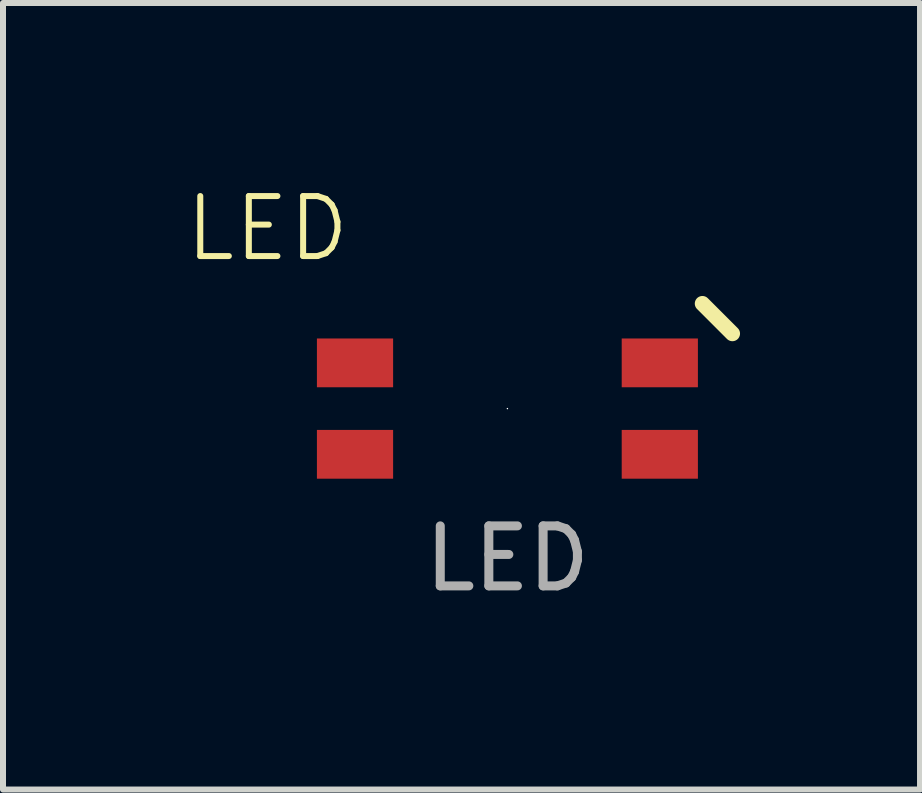
<source format=kicad_pcb>
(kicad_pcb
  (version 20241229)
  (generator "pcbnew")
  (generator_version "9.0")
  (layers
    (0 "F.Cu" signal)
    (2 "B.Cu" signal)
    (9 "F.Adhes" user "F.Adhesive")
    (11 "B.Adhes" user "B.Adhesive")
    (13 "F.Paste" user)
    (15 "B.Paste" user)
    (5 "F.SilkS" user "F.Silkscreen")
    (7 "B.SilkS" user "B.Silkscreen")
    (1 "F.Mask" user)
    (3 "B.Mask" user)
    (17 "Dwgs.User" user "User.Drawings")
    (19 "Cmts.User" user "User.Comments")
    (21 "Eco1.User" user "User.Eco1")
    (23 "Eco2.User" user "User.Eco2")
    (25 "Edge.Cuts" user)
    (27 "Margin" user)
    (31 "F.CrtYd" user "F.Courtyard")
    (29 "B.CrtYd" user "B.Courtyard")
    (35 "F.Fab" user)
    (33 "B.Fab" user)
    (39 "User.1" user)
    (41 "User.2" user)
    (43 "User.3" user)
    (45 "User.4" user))
  (footprint "LED"
    (layer "F.Cu")
    (at 5.407 3.76)
    (property "Reference" "LED" (at -4 -3 0) (unlocked yes) (layer "F.SilkS") (effects (font (size 1 1) (thickness 0.1))))
    (attr smd)
    (fp_line (start 3.25 -1.75) (end 3.75 -1.25) (stroke (width 0.254) (type default)) (layer "F.SilkS"))
    (fp_text user "${REFERENCE}" (at 0 2.5 0) (unlocked yes) (layer "F.Fab") (effects (font (size 1 1) (thickness 0.15))))
    (pad "" np_thru_hole circle (at 0 0) (size 0.025 0.025) (drill 4.496) (layers "*.Cu" "*.Mask"))
    (pad "1" smd rect (at 2.54 -0.762) (size 1.27 0.813) (layers "F.Cu" "F.Mask" "F.Paste"))
    (pad "2" smd rect (at -2.54 -0.762) (size 1.27 0.813) (layers "F.Cu" "F.Mask" "F.Paste"))
    (pad "3" smd rect (at -2.54 0.762) (size 1.27 0.813) (layers "F.Cu" "F.Mask" "F.Paste"))
    (pad "4" smd rect (at 2.54 0.762) (size 1.27 0.813) (layers "F.Cu" "F.Mask" "F.Paste")))
  (gr_rect
    (start -3 -3)
    (end 12.284 10.109)
    (stroke (width 0.1) (type default))
    (fill no)
    (layer "Edge.Cuts")))
</source>
